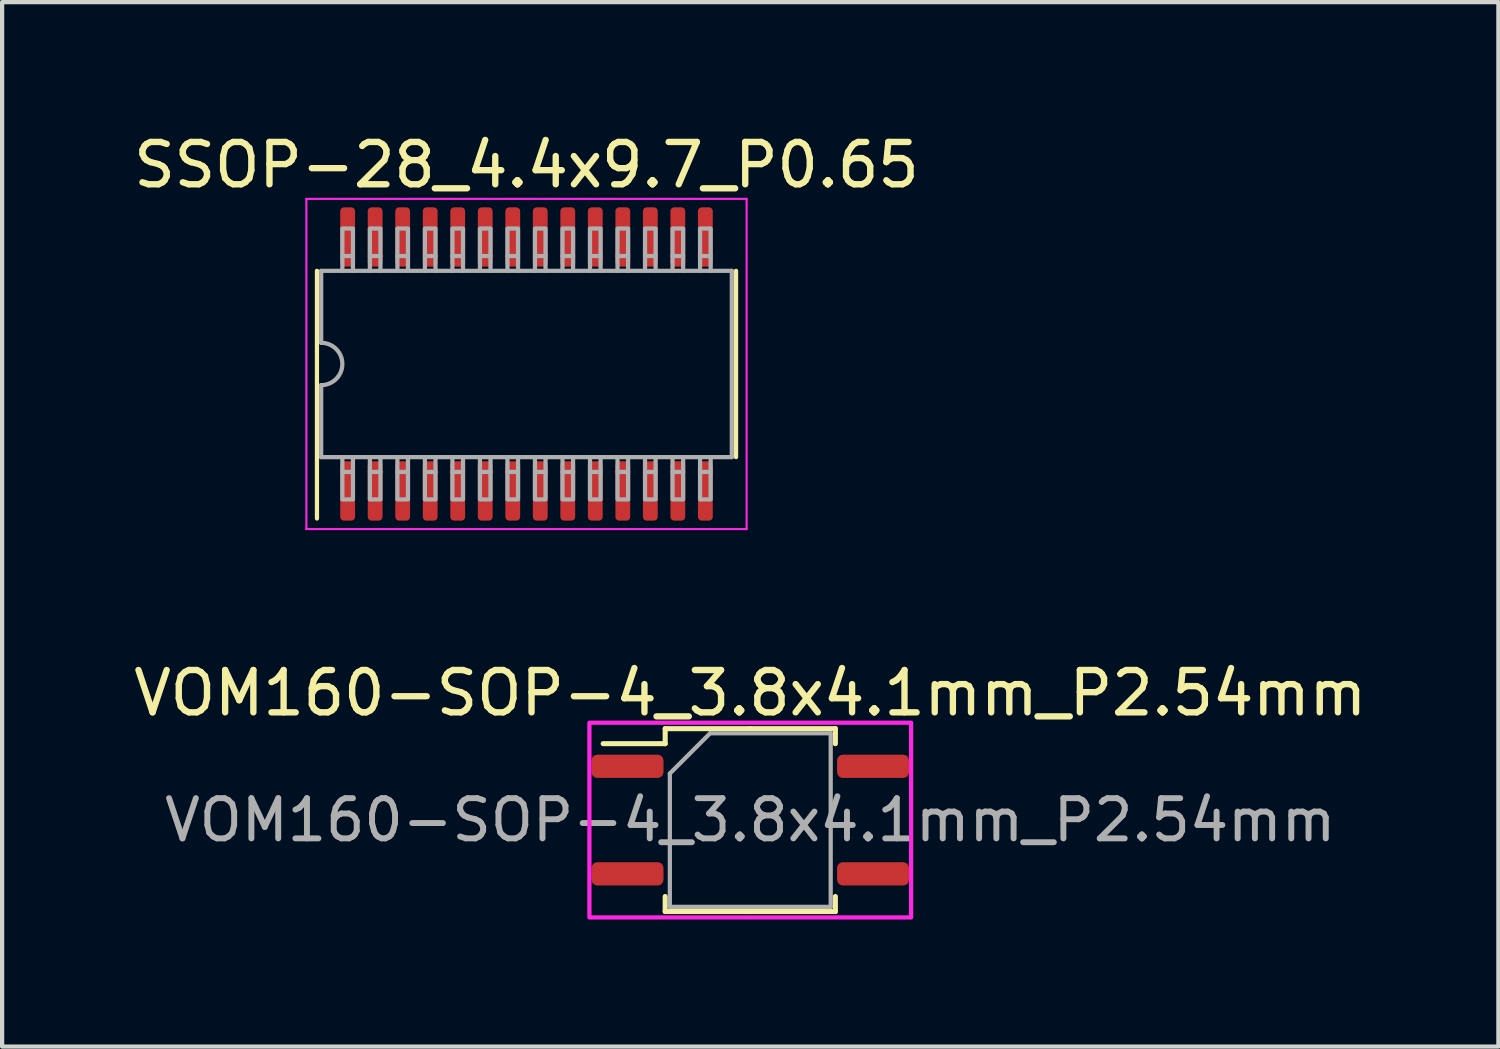
<source format=kicad_pcb>
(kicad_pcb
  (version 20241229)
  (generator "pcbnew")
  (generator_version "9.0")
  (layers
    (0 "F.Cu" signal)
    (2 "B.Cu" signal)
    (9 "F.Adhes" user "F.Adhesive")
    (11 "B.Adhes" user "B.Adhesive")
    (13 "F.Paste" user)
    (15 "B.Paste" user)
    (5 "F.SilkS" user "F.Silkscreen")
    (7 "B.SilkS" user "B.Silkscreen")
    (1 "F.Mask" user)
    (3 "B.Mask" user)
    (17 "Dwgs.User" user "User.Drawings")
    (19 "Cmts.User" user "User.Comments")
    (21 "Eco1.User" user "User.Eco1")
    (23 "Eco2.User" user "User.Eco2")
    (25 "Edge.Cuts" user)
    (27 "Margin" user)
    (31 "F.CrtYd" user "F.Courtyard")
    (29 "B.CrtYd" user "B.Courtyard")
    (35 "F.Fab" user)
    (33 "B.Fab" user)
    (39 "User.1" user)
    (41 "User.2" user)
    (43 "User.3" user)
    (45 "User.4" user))
  (footprint "SSOP-28_4.4x9.7_P0.65"
    (layer "F.Cu")
    (at 9.387 5.548)
    (property "Reference" "SSOP-28_4.4x9.7_P0.65" (at 0 -4.7 0) (layer "F.SilkS") (effects (font (size 1 1) (thickness 0.15))))
    (attr smd)
    (fp_line (start -4.95 3.65) (end -4.95 -2.2) (stroke (width 0.1) (type solid)) (layer "F.SilkS"))
    (fp_line (start 4.95 2.2) (end 4.95 -2.2) (stroke (width 0.1) (type solid)) (layer "F.SilkS"))
    (fp_line (start -5.2 -3.9) (end -5.2 3.9) (stroke (width 0.05) (type solid)) (layer "F.CrtYd"))
    (fp_line (start -5.2 3.9) (end 5.2 3.9) (stroke (width 0.05) (type solid)) (layer "F.CrtYd"))
    (fp_line (start 5.2 -3.9) (end -5.2 -3.9) (stroke (width 0.05) (type solid)) (layer "F.CrtYd"))
    (fp_line (start 5.2 3.9) (end 5.2 -3.9) (stroke (width 0.05) (type solid)) (layer "F.CrtYd"))
    (fp_line (start -4.85 -2.2) (end -4.85 -0.5) (stroke (width 0.1) (type solid)) (layer "F.Fab"))
    (fp_line (start -4.85 -2.2) (end 4.85 -2.2) (stroke (width 0.1) (type solid)) (layer "F.Fab"))
    (fp_line (start -4.85 2.2) (end -4.85 0.5) (stroke (width 0.1) (type solid)) (layer "F.Fab"))
    (fp_line (start -4.85 2.2) (end 4.85 2.2) (stroke (width 0.1) (type solid)) (layer "F.Fab"))
    (fp_line (start -4.35 -2.55) (end -4.35 -2.2) (stroke (width 0.1) (type solid)) (layer "F.Fab"))
    (fp_line (start -4.35 2.55) (end -4.35 2.2) (stroke (width 0.1) (type solid)) (layer "F.Fab"))
    (fp_line (start -4.1 -2.55) (end -4.1 -2.2) (stroke (width 0.1) (type solid)) (layer "F.Fab"))
    (fp_line (start -4.1 2.55) (end -4.1 2.2) (stroke (width 0.1) (type solid)) (layer "F.Fab"))
    (fp_line (start -3.7 -2.55) (end -3.7 -2.2) (stroke (width 0.1) (type solid)) (layer "F.Fab"))
    (fp_line (start -3.7 2.55) (end -3.7 2.2) (stroke (width 0.1) (type solid)) (layer "F.Fab"))
    (fp_line (start -3.45 -2.55) (end -3.45 -2.2) (stroke (width 0.1) (type solid)) (layer "F.Fab"))
    (fp_line (start -3.45 2.55) (end -3.45 2.2) (stroke (width 0.1) (type solid)) (layer "F.Fab"))
    (fp_line (start -3.05 -2.55) (end -3.05 -2.2) (stroke (width 0.1) (type solid)) (layer "F.Fab"))
    (fp_line (start -3.05 2.55) (end -3.05 2.2) (stroke (width 0.1) (type solid)) (layer "F.Fab"))
    (fp_line (start -2.8 -2.55) (end -2.8 -2.2) (stroke (width 0.1) (type solid)) (layer "F.Fab"))
    (fp_line (start -2.8 2.55) (end -2.8 2.2) (stroke (width 0.1) (type solid)) (layer "F.Fab"))
    (fp_line (start -2.4 -2.55) (end -2.4 -2.2) (stroke (width 0.1) (type solid)) (layer "F.Fab"))
    (fp_line (start -2.4 2.55) (end -2.4 2.2) (stroke (width 0.1) (type solid)) (layer "F.Fab"))
    (fp_line (start -2.15 -2.55) (end -2.15 -2.2) (stroke (width 0.1) (type solid)) (layer "F.Fab"))
    (fp_line (start -2.15 2.55) (end -2.15 2.2) (stroke (width 0.1) (type solid)) (layer "F.Fab"))
    (fp_line (start -1.75 -2.55) (end -1.75 -2.2) (stroke (width 0.1) (type solid)) (layer "F.Fab"))
    (fp_line (start -1.75 2.55) (end -1.75 2.2) (stroke (width 0.1) (type solid)) (layer "F.Fab"))
    (fp_line (start -1.5 -2.55) (end -1.5 -2.2) (stroke (width 0.1) (type solid)) (layer "F.Fab"))
    (fp_line (start -1.5 2.55) (end -1.5 2.2) (stroke (width 0.1) (type solid)) (layer "F.Fab"))
    (fp_line (start -1.1 -2.55) (end -1.1 -2.2) (stroke (width 0.1) (type solid)) (layer "F.Fab"))
    (fp_line (start -1.1 2.55) (end -1.1 2.2) (stroke (width 0.1) (type solid)) (layer "F.Fab"))
    (fp_line (start -0.85 -2.55) (end -0.85 -2.2) (stroke (width 0.1) (type solid)) (layer "F.Fab"))
    (fp_line (start -0.85 2.55) (end -0.85 2.2) (stroke (width 0.1) (type solid)) (layer "F.Fab"))
    (fp_line (start -0.45 -2.55) (end -0.45 -2.2) (stroke (width 0.1) (type solid)) (layer "F.Fab"))
    (fp_line (start -0.45 2.55) (end -0.45 2.2) (stroke (width 0.1) (type solid)) (layer "F.Fab"))
    (fp_line (start -0.2 -2.55) (end -0.2 -2.2) (stroke (width 0.1) (type solid)) (layer "F.Fab"))
    (fp_line (start -0.2 2.55) (end -0.2 2.2) (stroke (width 0.1) (type solid)) (layer "F.Fab"))
    (fp_line (start 0.2 -2.55) (end 0.2 -2.2) (stroke (width 0.1) (type solid)) (layer "F.Fab"))
    (fp_line (start 0.2 2.55) (end 0.2 2.2) (stroke (width 0.1) (type solid)) (layer "F.Fab"))
    (fp_line (start 0.45 -2.55) (end 0.45 -2.2) (stroke (width 0.1) (type solid)) (layer "F.Fab"))
    (fp_line (start 0.45 2.55) (end 0.45 2.2) (stroke (width 0.1) (type solid)) (layer "F.Fab"))
    (fp_line (start 0.85 -2.55) (end 0.85 -2.2) (stroke (width 0.1) (type solid)) (layer "F.Fab"))
    (fp_line (start 0.85 2.55) (end 0.85 2.2) (stroke (width 0.1) (type solid)) (layer "F.Fab"))
    (fp_line (start 1.1 -2.55) (end 1.1 -2.2) (stroke (width 0.1) (type solid)) (layer "F.Fab"))
    (fp_line (start 1.1 2.55) (end 1.1 2.2) (stroke (width 0.1) (type solid)) (layer "F.Fab"))
    (fp_line (start 1.5 -2.55) (end 1.5 -2.2) (stroke (width 0.1) (type solid)) (layer "F.Fab"))
    (fp_line (start 1.5 2.55) (end 1.5 2.2) (stroke (width 0.1) (type solid)) (layer "F.Fab"))
    (fp_line (start 1.75 -2.55) (end 1.75 -2.2) (stroke (width 0.1) (type solid)) (layer "F.Fab"))
    (fp_line (start 1.75 2.55) (end 1.75 2.2) (stroke (width 0.1) (type solid)) (layer "F.Fab"))
    (fp_line (start 2.15 -2.55) (end 2.15 -2.2) (stroke (width 0.1) (type solid)) (layer "F.Fab"))
    (fp_line (start 2.15 2.55) (end 2.15 2.2) (stroke (width 0.1) (type solid)) (layer "F.Fab"))
    (fp_line (start 2.4 -2.55) (end 2.4 -2.2) (stroke (width 0.1) (type solid)) (layer "F.Fab"))
    (fp_line (start 2.4 2.55) (end 2.4 2.2) (stroke (width 0.1) (type solid)) (layer "F.Fab"))
    (fp_line (start 2.8 -2.55) (end 2.8 -2.2) (stroke (width 0.1) (type solid)) (layer "F.Fab"))
    (fp_line (start 2.8 2.55) (end 2.8 2.2) (stroke (width 0.1) (type solid)) (layer "F.Fab"))
    (fp_line (start 3.05 -2.55) (end 3.05 -2.2) (stroke (width 0.1) (type solid)) (layer "F.Fab"))
    (fp_line (start 3.05 2.55) (end 3.05 2.2) (stroke (width 0.1) (type solid)) (layer "F.Fab"))
    (fp_line (start 3.45 -2.55) (end 3.45 -2.2) (stroke (width 0.1) (type solid)) (layer "F.Fab"))
    (fp_line (start 3.45 2.55) (end 3.45 2.2) (stroke (width 0.1) (type solid)) (layer "F.Fab"))
    (fp_line (start 3.7 -2.55) (end 3.7 -2.2) (stroke (width 0.1) (type solid)) (layer "F.Fab"))
    (fp_line (start 3.7 2.55) (end 3.7 2.2) (stroke (width 0.1) (type solid)) (layer "F.Fab"))
    (fp_line (start 4.1 -2.55) (end 4.1 -2.2) (stroke (width 0.1) (type solid)) (layer "F.Fab"))
    (fp_line (start 4.1 2.55) (end 4.1 2.2) (stroke (width 0.1) (type solid)) (layer "F.Fab"))
    (fp_line (start 4.35 -2.55) (end 4.35 -2.2) (stroke (width 0.1) (type solid)) (layer "F.Fab"))
    (fp_line (start 4.35 2.55) (end 4.35 2.2) (stroke (width 0.1) (type solid)) (layer "F.Fab"))
    (fp_line (start 4.85 -2.2) (end 4.85 2.2) (stroke (width 0.1) (type solid)) (layer "F.Fab"))
    (fp_arc (start -4.85 -0.5) (mid -4.35 0) (end -4.85 0.5) (stroke (width 0.1) (type solid)) (layer "F.Fab"))
    (fp_poly (pts (xy -4.35 -2.55) (xy -4.35 -3.2) (xy -4.1 -3.2) (xy -4.1 -2.55)) (stroke (width 0.1) (type solid)) (fill no) (layer "F.Fab"))
    (fp_poly (pts (xy -4.1 2.55) (xy -4.1 3.2) (xy -4.35 3.2) (xy -4.35 2.55)) (stroke (width 0.1) (type solid)) (fill no) (layer "F.Fab"))
    (fp_poly (pts (xy -3.7 -2.55) (xy -3.7 -3.2) (xy -3.45 -3.2) (xy -3.45 -2.55)) (stroke (width 0.1) (type solid)) (fill no) (layer "F.Fab"))
    (fp_poly (pts (xy -3.45 2.55) (xy -3.45 3.2) (xy -3.7 3.2) (xy -3.7 2.55)) (stroke (width 0.1) (type solid)) (fill no) (layer "F.Fab"))
    (fp_poly (pts (xy -3.05 -2.55) (xy -3.05 -3.2) (xy -2.8 -3.2) (xy -2.8 -2.55)) (stroke (width 0.1) (type solid)) (fill no) (layer "F.Fab"))
    (fp_poly (pts (xy -2.8 2.55) (xy -2.8 3.2) (xy -3.05 3.2) (xy -3.05 2.55)) (stroke (width 0.1) (type solid)) (fill no) (layer "F.Fab"))
    (fp_poly (pts (xy -2.4 -2.55) (xy -2.4 -3.2) (xy -2.15 -3.2) (xy -2.15 -2.55)) (stroke (width 0.1) (type solid)) (fill no) (layer "F.Fab"))
    (fp_poly (pts (xy -2.15 2.55) (xy -2.15 3.2) (xy -2.4 3.2) (xy -2.4 2.55)) (stroke (width 0.1) (type solid)) (fill no) (layer "F.Fab"))
    (fp_poly (pts (xy -1.75 -2.55) (xy -1.75 -3.2) (xy -1.5 -3.2) (xy -1.5 -2.55)) (stroke (width 0.1) (type solid)) (fill no) (layer "F.Fab"))
    (fp_poly (pts (xy -1.5 2.55) (xy -1.5 3.2) (xy -1.75 3.2) (xy -1.75 2.55)) (stroke (width 0.1) (type solid)) (fill no) (layer "F.Fab"))
    (fp_poly (pts (xy -1.1 -2.55) (xy -1.1 -3.2) (xy -0.85 -3.2) (xy -0.85 -2.55)) (stroke (width 0.1) (type solid)) (fill no) (layer "F.Fab"))
    (fp_poly (pts (xy -0.85 2.55) (xy -0.85 3.2) (xy -1.1 3.2) (xy -1.1 2.55)) (stroke (width 0.1) (type solid)) (fill no) (layer "F.Fab"))
    (fp_poly (pts (xy -0.45 -2.55) (xy -0.45 -3.2) (xy -0.2 -3.2) (xy -0.2 -2.55)) (stroke (width 0.1) (type solid)) (fill no) (layer "F.Fab"))
    (fp_poly (pts (xy -0.2 2.55) (xy -0.2 3.2) (xy -0.45 3.2) (xy -0.45 2.55)) (stroke (width 0.1) (type solid)) (fill no) (layer "F.Fab"))
    (fp_poly (pts (xy 0.2 -2.55) (xy 0.2 -3.2) (xy 0.45 -3.2) (xy 0.45 -2.55)) (stroke (width 0.1) (type solid)) (fill no) (layer "F.Fab"))
    (fp_poly (pts (xy 0.45 2.55) (xy 0.45 3.2) (xy 0.2 3.2) (xy 0.2 2.55)) (stroke (width 0.1) (type solid)) (fill no) (layer "F.Fab"))
    (fp_poly (pts (xy 0.85 -2.55) (xy 0.85 -3.2) (xy 1.1 -3.2) (xy 1.1 -2.55)) (stroke (width 0.1) (type solid)) (fill no) (layer "F.Fab"))
    (fp_poly (pts (xy 1.1 2.55) (xy 1.1 3.2) (xy 0.85 3.2) (xy 0.85 2.55)) (stroke (width 0.1) (type solid)) (fill no) (layer "F.Fab"))
    (fp_poly (pts (xy 1.5 -2.55) (xy 1.5 -3.2) (xy 1.75 -3.2) (xy 1.75 -2.55)) (stroke (width 0.1) (type solid)) (fill no) (layer "F.Fab"))
    (fp_poly (pts (xy 1.75 2.55) (xy 1.75 3.2) (xy 1.5 3.2) (xy 1.5 2.55)) (stroke (width 0.1) (type solid)) (fill no) (layer "F.Fab"))
    (fp_poly (pts (xy 2.15 -2.55) (xy 2.15 -3.2) (xy 2.4 -3.2) (xy 2.4 -2.55)) (stroke (width 0.1) (type solid)) (fill no) (layer "F.Fab"))
    (fp_poly (pts (xy 2.4 2.55) (xy 2.4 3.2) (xy 2.15 3.2) (xy 2.15 2.55)) (stroke (width 0.1) (type solid)) (fill no) (layer "F.Fab"))
    (fp_poly (pts (xy 2.8 -2.55) (xy 2.8 -3.2) (xy 3.05 -3.2) (xy 3.05 -2.55)) (stroke (width 0.1) (type solid)) (fill no) (layer "F.Fab"))
    (fp_poly (pts (xy 3.05 2.55) (xy 3.05 3.2) (xy 2.8 3.2) (xy 2.8 2.55)) (stroke (width 0.1) (type solid)) (fill no) (layer "F.Fab"))
    (fp_poly (pts (xy 3.45 -2.55) (xy 3.45 -3.2) (xy 3.7 -3.2) (xy 3.7 -2.55)) (stroke (width 0.1) (type solid)) (fill no) (layer "F.Fab"))
    (fp_poly (pts (xy 3.7 2.55) (xy 3.7 3.2) (xy 3.45 3.2) (xy 3.45 2.55)) (stroke (width 0.1) (type solid)) (fill no) (layer "F.Fab"))
    (fp_poly (pts (xy 4.1 -2.55) (xy 4.1 -3.2) (xy 4.35 -3.2) (xy 4.35 -2.55)) (stroke (width 0.1) (type solid)) (fill no) (layer "F.Fab"))
    (fp_poly (pts (xy 4.35 2.55) (xy 4.35 3.2) (xy 4.1 3.2) (xy 4.1 2.55)) (stroke (width 0.1) (type solid)) (fill no) (layer "F.Fab"))
    (pad "1" smd roundrect (at -4.225 3 90) (size 1.4 0.35) (layers "F.Cu" "F.Mask" "F.Paste") (roundrect_rratio 0.25))
    (pad "2" smd roundrect (at -3.575 3 90) (size 1.4 0.35) (layers "F.Cu" "F.Mask" "F.Paste") (roundrect_rratio 0.25))
    (pad "3" smd roundrect (at -2.925 3 90) (size 1.4 0.35) (layers "F.Cu" "F.Mask" "F.Paste") (roundrect_rratio 0.25))
    (pad "4" smd roundrect (at -2.275 3 90) (size 1.4 0.35) (layers "F.Cu" "F.Mask" "F.Paste") (roundrect_rratio 0.25))
    (pad "5" smd roundrect (at -1.625 3 90) (size 1.4 0.35) (layers "F.Cu" "F.Mask" "F.Paste") (roundrect_rratio 0.25))
    (pad "6" smd roundrect (at -0.975 3 90) (size 1.4 0.35) (layers "F.Cu" "F.Mask" "F.Paste") (roundrect_rratio 0.25))
    (pad "7" smd roundrect (at -0.325 3 90) (size 1.4 0.35) (layers "F.Cu" "F.Mask" "F.Paste") (roundrect_rratio 0.25))
    (pad "8" smd roundrect (at 0.325 3 90) (size 1.4 0.35) (layers "F.Cu" "F.Mask" "F.Paste") (roundrect_rratio 0.25))
    (pad "9" smd roundrect (at 0.975 3 90) (size 1.4 0.35) (layers "F.Cu" "F.Mask" "F.Paste") (roundrect_rratio 0.25))
    (pad "10" smd roundrect (at 1.625 3 90) (size 1.4 0.35) (layers "F.Cu" "F.Mask" "F.Paste") (roundrect_rratio 0.25))
    (pad "11" smd roundrect (at 2.275 3 270) (size 1.4 0.35) (layers "F.Cu" "F.Mask" "F.Paste") (roundrect_rratio 0.25))
    (pad "12" smd roundrect (at 2.925 3 270) (size 1.4 0.35) (layers "F.Cu" "F.Mask" "F.Paste") (roundrect_rratio 0.25))
    (pad "13" smd roundrect (at 3.575 3 270) (size 1.4 0.35) (layers "F.Cu" "F.Mask" "F.Paste") (roundrect_rratio 0.25))
    (pad "14" smd roundrect (at 4.225 3 270) (size 1.4 0.35) (layers "F.Cu" "F.Mask" "F.Paste") (roundrect_rratio 0.25))
    (pad "15" smd roundrect (at 4.225 -3 90) (size 1.4 0.35) (layers "F.Cu" "F.Mask" "F.Paste") (roundrect_rratio 0.25))
    (pad "16" smd roundrect (at 3.575 -3 90) (size 1.4 0.35) (layers "F.Cu" "F.Mask" "F.Paste") (roundrect_rratio 0.25))
    (pad "17" smd roundrect (at 2.925 -3 90) (size 1.4 0.35) (layers "F.Cu" "F.Mask" "F.Paste") (roundrect_rratio 0.25))
    (pad "18" smd roundrect (at 2.275 -3 90) (size 1.4 0.35) (layers "F.Cu" "F.Mask" "F.Paste") (roundrect_rratio 0.25))
    (pad "19" smd roundrect (at 1.625 -3 90) (size 1.4 0.35) (layers "F.Cu" "F.Mask" "F.Paste") (roundrect_rratio 0.25))
    (pad "20" smd roundrect (at 0.975 -3 90) (size 1.4 0.35) (layers "F.Cu" "F.Mask" "F.Paste") (roundrect_rratio 0.25))
    (pad "21" smd roundrect (at 0.325 -3 90) (size 1.4 0.35) (layers "F.Cu" "F.Mask" "F.Paste") (roundrect_rratio 0.25))
    (pad "22" smd roundrect (at -0.325 -3 90) (size 1.4 0.35) (layers "F.Cu" "F.Mask" "F.Paste") (roundrect_rratio 0.25))
    (pad "23" smd roundrect (at -0.975 -3 90) (size 1.4 0.35) (layers "F.Cu" "F.Mask" "F.Paste") (roundrect_rratio 0.25))
    (pad "24" smd roundrect (at -1.625 -3 90) (size 1.4 0.35) (layers "F.Cu" "F.Mask" "F.Paste") (roundrect_rratio 0.25))
    (pad "25" smd roundrect (at -2.275 -3 90) (size 1.4 0.35) (layers "F.Cu" "F.Mask" "F.Paste") (roundrect_rratio 0.25))
    (pad "26" smd roundrect (at -2.925 -3 90) (size 1.4 0.35) (layers "F.Cu" "F.Mask" "F.Paste") (roundrect_rratio 0.25))
    (pad "27" smd roundrect (at -3.575 -3 90) (size 1.4 0.35) (layers "F.Cu" "F.Mask" "F.Paste") (roundrect_rratio 0.25))
    (pad "28" smd roundrect (at -4.225 -3 90) (size 1.4 0.35) (layers "F.Cu" "F.Mask" "F.Paste") (roundrect_rratio 0.25)))
  (footprint "VOM160-SOP-4_3.8x4.1mm_P2.54mm"
    (layer "F.Cu")
    (at 14.673 16.322)
    (property "Reference" "VOM160-SOP-4_3.8x4.1mm_P2.54mm" (at 0 -3 0) (layer "F.SilkS") (effects (font (size 1 1) (thickness 0.15))))
    (attr smd)
    (fp_line (start -2.01 -2.16) (end -2.01 -1.805) (stroke (width 0.12) (type solid)) (layer "F.SilkS"))
    (fp_line (start -2.01 -1.805) (end -3.475 -1.805) (stroke (width 0.12) (type solid)) (layer "F.SilkS"))
    (fp_line (start -2.01 2.16) (end -2.01 1.805) (stroke (width 0.12) (type solid)) (layer "F.SilkS"))
    (fp_line (start 0 -2.16) (end -2.01 -2.16) (stroke (width 0.12) (type solid)) (layer "F.SilkS"))
    (fp_line (start 0 -2.16) (end 2.01 -2.16) (stroke (width 0.12) (type solid)) (layer "F.SilkS"))
    (fp_line (start 0 2.16) (end -2.01 2.16) (stroke (width 0.12) (type solid)) (layer "F.SilkS"))
    (fp_line (start 0 2.16) (end 2.01 2.16) (stroke (width 0.12) (type solid)) (layer "F.SilkS"))
    (fp_line (start 2.01 -2.16) (end 2.01 -1.805) (stroke (width 0.12) (type solid)) (layer "F.SilkS"))
    (fp_line (start 2.01 2.16) (end 2.01 1.805) (stroke (width 0.12) (type solid)) (layer "F.SilkS"))
    (fp_rect (start -3.8 -2.3) (end 3.8 2.3) (stroke (width 0.1) (type solid)) (fill no) (layer "F.CrtYd"))
    (fp_line (start -1.9 -1.1) (end -0.95 -2.05) (stroke (width 0.1) (type solid)) (layer "F.Fab"))
    (fp_line (start -1.9 2.05) (end -1.9 -1.1) (stroke (width 0.1) (type solid)) (layer "F.Fab"))
    (fp_line (start -0.95 -2.05) (end 1.9 -2.05) (stroke (width 0.1) (type solid)) (layer "F.Fab"))
    (fp_line (start 1.9 -2.05) (end 1.9 2.05) (stroke (width 0.1) (type solid)) (layer "F.Fab"))
    (fp_line (start 1.9 2.05) (end -1.9 2.05) (stroke (width 0.1) (type solid)) (layer "F.Fab"))
    (fp_text user "${REFERENCE}" (at 0 0 0) (layer "F.Fab") (effects (font (size 0.95 0.95) (thickness 0.14))))
    (pad "1" smd roundrect (at -2.9 -1.27) (size 1.7 0.55) (layers "F.Cu" "F.Mask" "F.Paste") (roundrect_rratio 0.25))
    (pad "2" smd roundrect (at -2.9 1.27) (size 1.7 0.55) (layers "F.Cu" "F.Mask" "F.Paste") (roundrect_rratio 0.25))
    (pad "3" smd roundrect (at 2.9 1.27) (size 1.7 0.55) (layers "F.Cu" "F.Mask" "F.Paste") (roundrect_rratio 0.25))
    (pad "4" smd roundrect (at 2.9 -1.27) (size 1.7 0.55) (layers "F.Cu" "F.Mask" "F.Paste") (roundrect_rratio 0.25)))
  (gr_rect
    (start -3 -3)
    (end 32.345 21.672)
    (stroke (width 0.1) (type default))
    (fill no)
    (layer "Edge.Cuts")))
</source>
